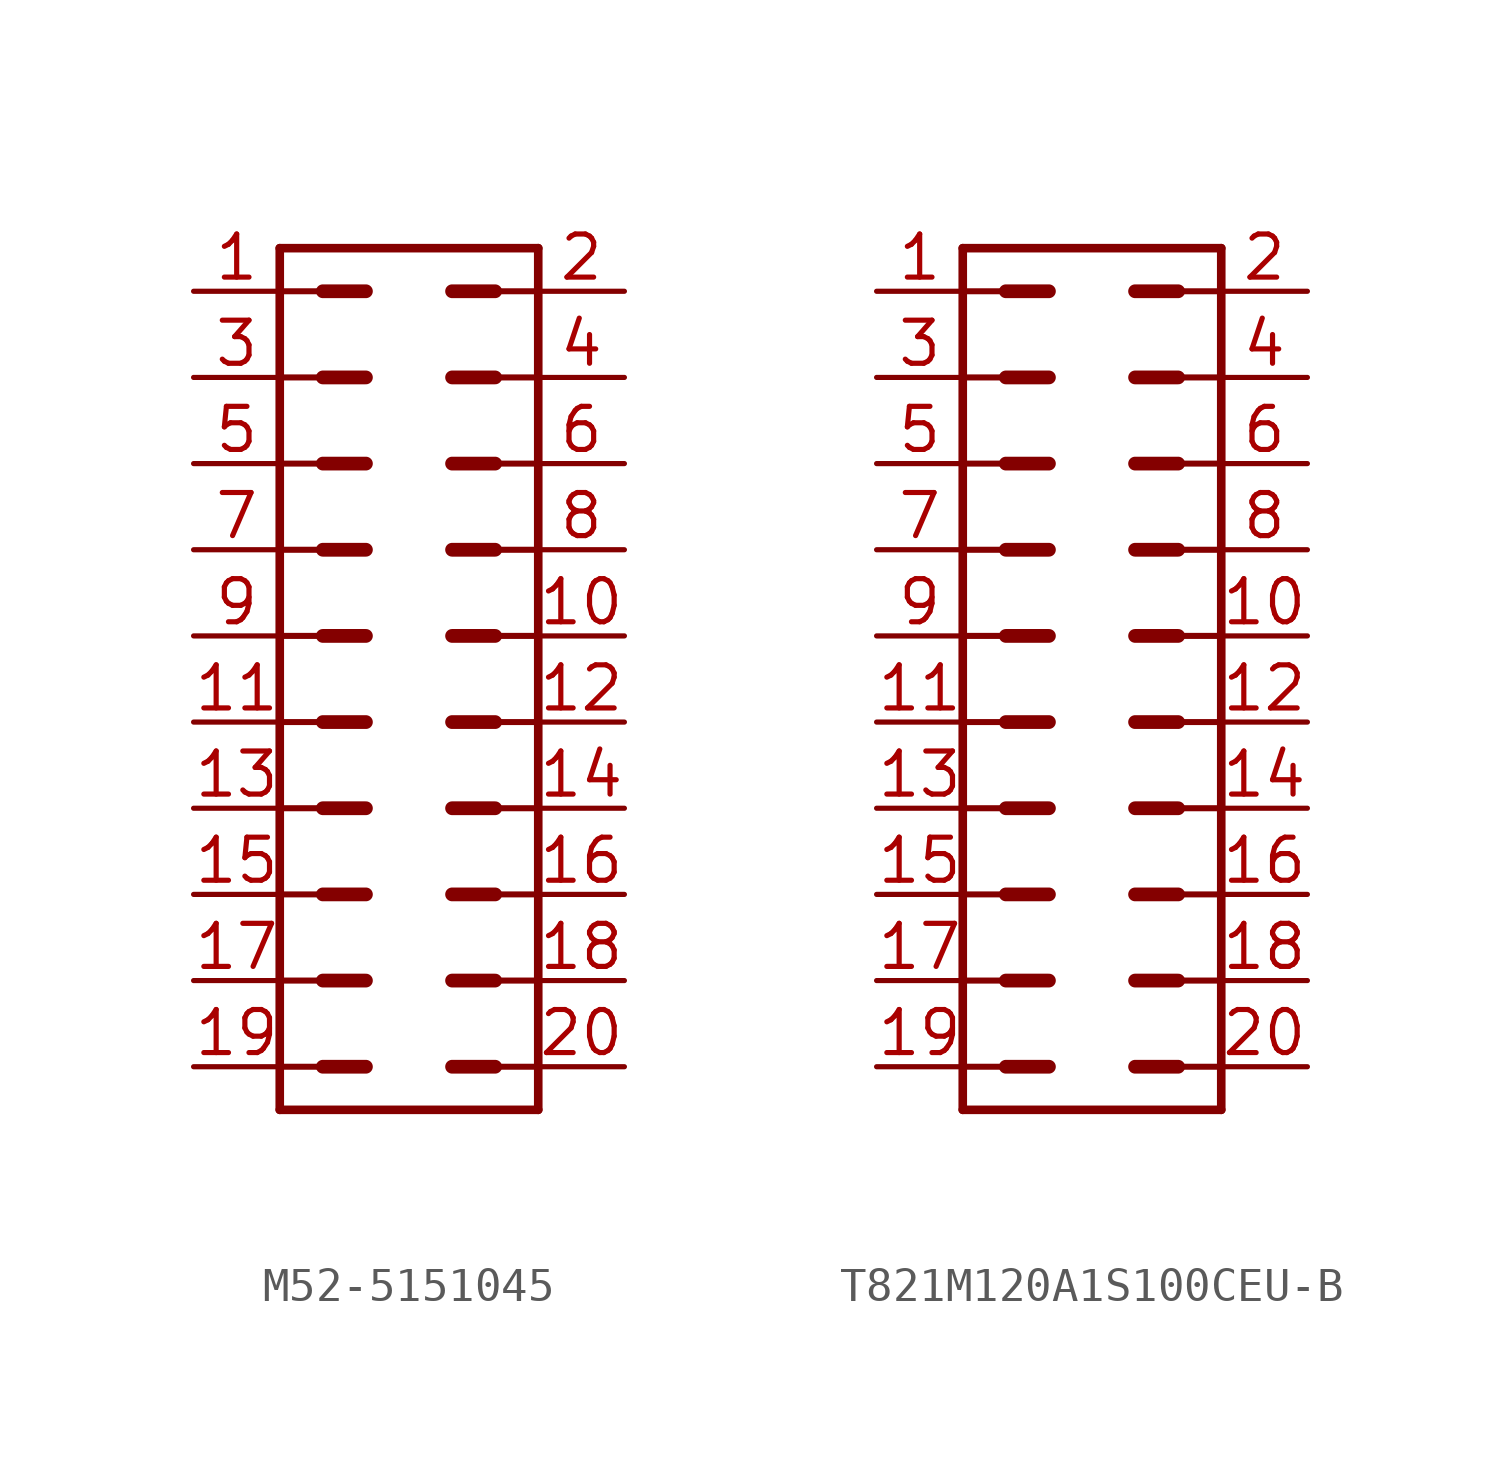
<source format=kicad_sym>
(kicad_symbol_lib
  (version 20220914)
  (generator kicad_symbol_editor)
  (symbol "M52-5151045"
    (property "Reference" ""
      (at 6.35 12.7 0)
      (effects (font (size 1.778 1.511)) hide))
    (property "Value" ""
      (at 6.35 -15.24 0)
      (effects (font (size 1.778 1.511))))
    (property "ki_locked" ""
      (at 0 0 0)
      (effects (font (size 1.27 1.27))))
    (symbol "M52-5151045_1_0"
      (polyline (pts (xy 2.54 -13.97) (xy 2.54 11.43)) (stroke (width 0.254) (type solid)) (fill (type none)))
      (polyline (pts (xy 2.54 -12.7) (xy 3.81 -12.7)) (stroke (width 0.178) (type solid)) (fill (type none)))
      (polyline (pts (xy 2.54 -10.16) (xy 3.81 -10.16)) (stroke (width 0.178) (type solid)) (fill (type none)))
      (polyline (pts (xy 2.54 -7.62) (xy 3.81 -7.62)) (stroke (width 0.178) (type solid)) (fill (type none)))
      (polyline (pts (xy 2.54 -5.08) (xy 3.81 -5.08)) (stroke (width 0.178) (type solid)) (fill (type none)))
      (polyline (pts (xy 2.54 -2.54) (xy 3.81 -2.54)) (stroke (width 0.178) (type solid)) (fill (type none)))
      (polyline (pts (xy 2.54 0) (xy 3.81 0)) (stroke (width 0.178) (type solid)) (fill (type none)))
      (polyline (pts (xy 2.54 2.54) (xy 3.81 2.54)) (stroke (width 0.178) (type solid)) (fill (type none)))
      (polyline (pts (xy 2.54 5.08) (xy 3.81 5.08)) (stroke (width 0.178) (type solid)) (fill (type none)))
      (polyline (pts (xy 2.54 7.62) (xy 3.81 7.62)) (stroke (width 0.178) (type solid)) (fill (type none)))
      (polyline (pts (xy 2.54 10.16) (xy 3.81 10.16)) (stroke (width 0.178) (type solid)) (fill (type none)))
      (polyline (pts (xy 2.54 11.43) (xy 10.16 11.43)) (stroke (width 0.254) (type solid)) (fill (type none)))
      (polyline (pts (xy 3.81 -12.7) (xy 5.08 -12.7)) (stroke (width 0.406) (type solid)) (fill (type none)))
      (polyline (pts (xy 3.81 -10.16) (xy 5.08 -10.16)) (stroke (width 0.406) (type solid)) (fill (type none)))
      (polyline (pts (xy 3.81 -7.62) (xy 5.08 -7.62)) (stroke (width 0.406) (type solid)) (fill (type none)))
      (polyline (pts (xy 3.81 -5.08) (xy 5.08 -5.08)) (stroke (width 0.406) (type solid)) (fill (type none)))
      (polyline (pts (xy 3.81 -2.54) (xy 5.08 -2.54)) (stroke (width 0.406) (type solid)) (fill (type none)))
      (polyline (pts (xy 3.81 0) (xy 5.08 0)) (stroke (width 0.406) (type solid)) (fill (type none)))
      (polyline (pts (xy 3.81 2.54) (xy 5.08 2.54)) (stroke (width 0.406) (type solid)) (fill (type none)))
      (polyline (pts (xy 3.81 5.08) (xy 5.08 5.08)) (stroke (width 0.406) (type solid)) (fill (type none)))
      (polyline (pts (xy 3.81 7.62) (xy 5.08 7.62)) (stroke (width 0.406) (type solid)) (fill (type none)))
      (polyline (pts (xy 3.81 10.16) (xy 5.08 10.16)) (stroke (width 0.406) (type solid)) (fill (type none)))
      (polyline (pts (xy 7.62 -12.7) (xy 8.89 -12.7)) (stroke (width 0.406) (type solid)) (fill (type none)))
      (polyline (pts (xy 7.62 -10.16) (xy 8.89 -10.16)) (stroke (width 0.406) (type solid)) (fill (type none)))
      (polyline (pts (xy 7.62 -7.62) (xy 8.89 -7.62)) (stroke (width 0.406) (type solid)) (fill (type none)))
      (polyline (pts (xy 7.62 -5.08) (xy 8.89 -5.08)) (stroke (width 0.406) (type solid)) (fill (type none)))
      (polyline (pts (xy 7.62 -2.54) (xy 8.89 -2.54)) (stroke (width 0.406) (type solid)) (fill (type none)))
      (polyline (pts (xy 7.62 0) (xy 8.89 0)) (stroke (width 0.406) (type solid)) (fill (type none)))
      (polyline (pts (xy 7.62 2.54) (xy 8.89 2.54)) (stroke (width 0.406) (type solid)) (fill (type none)))
      (polyline (pts (xy 7.62 5.08) (xy 8.89 5.08)) (stroke (width 0.406) (type solid)) (fill (type none)))
      (polyline (pts (xy 7.62 7.62) (xy 8.89 7.62)) (stroke (width 0.406) (type solid)) (fill (type none)))
      (polyline (pts (xy 7.62 10.16) (xy 8.89 10.16)) (stroke (width 0.406) (type solid)) (fill (type none)))
      (polyline (pts (xy 8.89 -12.7) (xy 10.16 -12.7)) (stroke (width 0.178) (type solid)) (fill (type none)))
      (polyline (pts (xy 8.89 -10.16) (xy 10.16 -10.16)) (stroke (width 0.178) (type solid)) (fill (type none)))
      (polyline (pts (xy 8.89 -7.62) (xy 10.16 -7.62)) (stroke (width 0.178) (type solid)) (fill (type none)))
      (polyline (pts (xy 8.89 -5.08) (xy 10.16 -5.08)) (stroke (width 0.178) (type solid)) (fill (type none)))
      (polyline (pts (xy 8.89 -2.54) (xy 10.16 -2.54)) (stroke (width 0.178) (type solid)) (fill (type none)))
      (polyline (pts (xy 8.89 0) (xy 10.16 0)) (stroke (width 0.178) (type solid)) (fill (type none)))
      (polyline (pts (xy 8.89 2.54) (xy 10.16 2.54)) (stroke (width 0.178) (type solid)) (fill (type none)))
      (polyline (pts (xy 8.89 5.08) (xy 10.16 5.08)) (stroke (width 0.178) (type solid)) (fill (type none)))
      (polyline (pts (xy 8.89 7.62) (xy 10.16 7.62)) (stroke (width 0.178) (type solid)) (fill (type none)))
      (polyline (pts (xy 8.89 10.16) (xy 10.16 10.16)) (stroke (width 0.178) (type solid)) (fill (type none)))
      (polyline (pts (xy 10.16 -13.97) (xy 2.54 -13.97)) (stroke (width 0.254) (type solid)) (fill (type none)))
      (polyline (pts (xy 10.16 11.43) (xy 10.16 -13.97)) (stroke (width 0.254) (type solid)) (fill (type none)))
      (pin bidirectional line (at 0 10.16 0) (length 2.54) (name "1" (effects (font (size 0 0)))) (number "1" (effects (font (size 1.27 1.27)))))
      (pin bidirectional line (at 12.7 0 180) (length 2.54) (name "10" (effects (font (size 0 0)))) (number "10" (effects (font (size 1.27 1.27)))))
      (pin bidirectional line (at 0 -2.54 0) (length 2.54) (name "11" (effects (font (size 0 0)))) (number "11" (effects (font (size 1.27 1.27)))))
      (pin bidirectional line (at 12.7 -2.54 180) (length 2.54) (name "12" (effects (font (size 0 0)))) (number "12" (effects (font (size 1.27 1.27)))))
      (pin bidirectional line (at 0 -5.08 0) (length 2.54) (name "13" (effects (font (size 0 0)))) (number "13" (effects (font (size 1.27 1.27)))))
      (pin bidirectional line (at 12.7 -5.08 180) (length 2.54) (name "14" (effects (font (size 0 0)))) (number "14" (effects (font (size 1.27 1.27)))))
      (pin bidirectional line (at 0 -7.62 0) (length 2.54) (name "15" (effects (font (size 0 0)))) (number "15" (effects (font (size 1.27 1.27)))))
      (pin bidirectional line (at 12.7 -7.62 180) (length 2.54) (name "16" (effects (font (size 0 0)))) (number "16" (effects (font (size 1.27 1.27)))))
      (pin bidirectional line (at 0 -10.16 0) (length 2.54) (name "17" (effects (font (size 0 0)))) (number "17" (effects (font (size 1.27 1.27)))))
      (pin bidirectional line (at 12.7 -10.16 180) (length 2.54) (name "18" (effects (font (size 0 0)))) (number "18" (effects (font (size 1.27 1.27)))))
      (pin bidirectional line (at 0 -12.7 0) (length 2.54) (name "19" (effects (font (size 0 0)))) (number "19" (effects (font (size 1.27 1.27)))))
      (pin bidirectional line (at 12.7 10.16 180) (length 2.54) (name "2" (effects (font (size 0 0)))) (number "2" (effects (font (size 1.27 1.27)))))
      (pin bidirectional line (at 12.7 -12.7 180) (length 2.54) (name "20" (effects (font (size 0 0)))) (number "20" (effects (font (size 1.27 1.27)))))
      (pin bidirectional line (at 0 7.62 0) (length 2.54) (name "3" (effects (font (size 0 0)))) (number "3" (effects (font (size 1.27 1.27)))))
      (pin bidirectional line (at 12.7 7.62 180) (length 2.54) (name "4" (effects (font (size 0 0)))) (number "4" (effects (font (size 1.27 1.27)))))
      (pin bidirectional line (at 0 5.08 0) (length 2.54) (name "5" (effects (font (size 0 0)))) (number "5" (effects (font (size 1.27 1.27)))))
      (pin bidirectional line (at 12.7 5.08 180) (length 2.54) (name "6" (effects (font (size 0 0)))) (number "6" (effects (font (size 1.27 1.27)))))
      (pin bidirectional line (at 0 2.54 0) (length 2.54) (name "7" (effects (font (size 0 0)))) (number "7" (effects (font (size 1.27 1.27)))))
      (pin bidirectional line (at 12.7 2.54 180) (length 2.54) (name "8" (effects (font (size 0 0)))) (number "8" (effects (font (size 1.27 1.27)))))
      (pin bidirectional line (at 0 0 0) (length 2.54) (name "9" (effects (font (size 0 0)))) (number "9" (effects (font (size 1.27 1.27)))))))
  (symbol "T821M120A1S100CEU-B"
    (property "Reference" ""
      (at 6.35 12.7 0)
      (effects (font (size 1.778 1.511)) hide))
    (property "Value" ""
      (at 6.35 -15.24 0)
      (effects (font (size 1.778 1.511))))
    (property "ki_locked" ""
      (at 0 0 0)
      (effects (font (size 1.27 1.27))))
    (symbol "T821M120A1S100CEU-B_1_0"
      (polyline (pts (xy 2.54 -13.97) (xy 2.54 11.43)) (stroke (width 0.254) (type solid)) (fill (type none)))
      (polyline (pts (xy 2.54 -12.7) (xy 3.81 -12.7)) (stroke (width 0.178) (type solid)) (fill (type none)))
      (polyline (pts (xy 2.54 -10.16) (xy 3.81 -10.16)) (stroke (width 0.178) (type solid)) (fill (type none)))
      (polyline (pts (xy 2.54 -7.62) (xy 3.81 -7.62)) (stroke (width 0.178) (type solid)) (fill (type none)))
      (polyline (pts (xy 2.54 -5.08) (xy 3.81 -5.08)) (stroke (width 0.178) (type solid)) (fill (type none)))
      (polyline (pts (xy 2.54 -2.54) (xy 3.81 -2.54)) (stroke (width 0.178) (type solid)) (fill (type none)))
      (polyline (pts (xy 2.54 0) (xy 3.81 0)) (stroke (width 0.178) (type solid)) (fill (type none)))
      (polyline (pts (xy 2.54 2.54) (xy 3.81 2.54)) (stroke (width 0.178) (type solid)) (fill (type none)))
      (polyline (pts (xy 2.54 5.08) (xy 3.81 5.08)) (stroke (width 0.178) (type solid)) (fill (type none)))
      (polyline (pts (xy 2.54 7.62) (xy 3.81 7.62)) (stroke (width 0.178) (type solid)) (fill (type none)))
      (polyline (pts (xy 2.54 10.16) (xy 3.81 10.16)) (stroke (width 0.178) (type solid)) (fill (type none)))
      (polyline (pts (xy 2.54 11.43) (xy 10.16 11.43)) (stroke (width 0.254) (type solid)) (fill (type none)))
      (polyline (pts (xy 3.81 -12.7) (xy 5.08 -12.7)) (stroke (width 0.406) (type solid)) (fill (type none)))
      (polyline (pts (xy 3.81 -10.16) (xy 5.08 -10.16)) (stroke (width 0.406) (type solid)) (fill (type none)))
      (polyline (pts (xy 3.81 -7.62) (xy 5.08 -7.62)) (stroke (width 0.406) (type solid)) (fill (type none)))
      (polyline (pts (xy 3.81 -5.08) (xy 5.08 -5.08)) (stroke (width 0.406) (type solid)) (fill (type none)))
      (polyline (pts (xy 3.81 -2.54) (xy 5.08 -2.54)) (stroke (width 0.406) (type solid)) (fill (type none)))
      (polyline (pts (xy 3.81 0) (xy 5.08 0)) (stroke (width 0.406) (type solid)) (fill (type none)))
      (polyline (pts (xy 3.81 2.54) (xy 5.08 2.54)) (stroke (width 0.406) (type solid)) (fill (type none)))
      (polyline (pts (xy 3.81 5.08) (xy 5.08 5.08)) (stroke (width 0.406) (type solid)) (fill (type none)))
      (polyline (pts (xy 3.81 7.62) (xy 5.08 7.62)) (stroke (width 0.406) (type solid)) (fill (type none)))
      (polyline (pts (xy 3.81 10.16) (xy 5.08 10.16)) (stroke (width 0.406) (type solid)) (fill (type none)))
      (polyline (pts (xy 7.62 -12.7) (xy 8.89 -12.7)) (stroke (width 0.406) (type solid)) (fill (type none)))
      (polyline (pts (xy 7.62 -10.16) (xy 8.89 -10.16)) (stroke (width 0.406) (type solid)) (fill (type none)))
      (polyline (pts (xy 7.62 -7.62) (xy 8.89 -7.62)) (stroke (width 0.406) (type solid)) (fill (type none)))
      (polyline (pts (xy 7.62 -5.08) (xy 8.89 -5.08)) (stroke (width 0.406) (type solid)) (fill (type none)))
      (polyline (pts (xy 7.62 -2.54) (xy 8.89 -2.54)) (stroke (width 0.406) (type solid)) (fill (type none)))
      (polyline (pts (xy 7.62 0) (xy 8.89 0)) (stroke (width 0.406) (type solid)) (fill (type none)))
      (polyline (pts (xy 7.62 2.54) (xy 8.89 2.54)) (stroke (width 0.406) (type solid)) (fill (type none)))
      (polyline (pts (xy 7.62 5.08) (xy 8.89 5.08)) (stroke (width 0.406) (type solid)) (fill (type none)))
      (polyline (pts (xy 7.62 7.62) (xy 8.89 7.62)) (stroke (width 0.406) (type solid)) (fill (type none)))
      (polyline (pts (xy 7.62 10.16) (xy 8.89 10.16)) (stroke (width 0.406) (type solid)) (fill (type none)))
      (polyline (pts (xy 8.89 -12.7) (xy 10.16 -12.7)) (stroke (width 0.178) (type solid)) (fill (type none)))
      (polyline (pts (xy 8.89 -10.16) (xy 10.16 -10.16)) (stroke (width 0.178) (type solid)) (fill (type none)))
      (polyline (pts (xy 8.89 -7.62) (xy 10.16 -7.62)) (stroke (width 0.178) (type solid)) (fill (type none)))
      (polyline (pts (xy 8.89 -5.08) (xy 10.16 -5.08)) (stroke (width 0.178) (type solid)) (fill (type none)))
      (polyline (pts (xy 8.89 -2.54) (xy 10.16 -2.54)) (stroke (width 0.178) (type solid)) (fill (type none)))
      (polyline (pts (xy 8.89 0) (xy 10.16 0)) (stroke (width 0.178) (type solid)) (fill (type none)))
      (polyline (pts (xy 8.89 2.54) (xy 10.16 2.54)) (stroke (width 0.178) (type solid)) (fill (type none)))
      (polyline (pts (xy 8.89 5.08) (xy 10.16 5.08)) (stroke (width 0.178) (type solid)) (fill (type none)))
      (polyline (pts (xy 8.89 7.62) (xy 10.16 7.62)) (stroke (width 0.178) (type solid)) (fill (type none)))
      (polyline (pts (xy 8.89 10.16) (xy 10.16 10.16)) (stroke (width 0.178) (type solid)) (fill (type none)))
      (polyline (pts (xy 10.16 -13.97) (xy 2.54 -13.97)) (stroke (width 0.254) (type solid)) (fill (type none)))
      (polyline (pts (xy 10.16 11.43) (xy 10.16 -13.97)) (stroke (width 0.254) (type solid)) (fill (type none)))
      (pin bidirectional line (at 0 10.16 0) (length 2.54) (name "1" (effects (font (size 0 0)))) (number "1" (effects (font (size 1.27 1.27)))))
      (pin bidirectional line (at 12.7 0 180) (length 2.54) (name "10" (effects (font (size 0 0)))) (number "10" (effects (font (size 1.27 1.27)))))
      (pin bidirectional line (at 0 -2.54 0) (length 2.54) (name "11" (effects (font (size 0 0)))) (number "11" (effects (font (size 1.27 1.27)))))
      (pin bidirectional line (at 12.7 -2.54 180) (length 2.54) (name "12" (effects (font (size 0 0)))) (number "12" (effects (font (size 1.27 1.27)))))
      (pin bidirectional line (at 0 -5.08 0) (length 2.54) (name "13" (effects (font (size 0 0)))) (number "13" (effects (font (size 1.27 1.27)))))
      (pin bidirectional line (at 12.7 -5.08 180) (length 2.54) (name "14" (effects (font (size 0 0)))) (number "14" (effects (font (size 1.27 1.27)))))
      (pin bidirectional line (at 0 -7.62 0) (length 2.54) (name "15" (effects (font (size 0 0)))) (number "15" (effects (font (size 1.27 1.27)))))
      (pin bidirectional line (at 12.7 -7.62 180) (length 2.54) (name "16" (effects (font (size 0 0)))) (number "16" (effects (font (size 1.27 1.27)))))
      (pin bidirectional line (at 0 -10.16 0) (length 2.54) (name "17" (effects (font (size 0 0)))) (number "17" (effects (font (size 1.27 1.27)))))
      (pin bidirectional line (at 12.7 -10.16 180) (length 2.54) (name "18" (effects (font (size 0 0)))) (number "18" (effects (font (size 1.27 1.27)))))
      (pin bidirectional line (at 0 -12.7 0) (length 2.54) (name "19" (effects (font (size 0 0)))) (number "19" (effects (font (size 1.27 1.27)))))
      (pin bidirectional line (at 12.7 10.16 180) (length 2.54) (name "2" (effects (font (size 0 0)))) (number "2" (effects (font (size 1.27 1.27)))))
      (pin bidirectional line (at 12.7 -12.7 180) (length 2.54) (name "20" (effects (font (size 0 0)))) (number "20" (effects (font (size 1.27 1.27)))))
      (pin bidirectional line (at 0 7.62 0) (length 2.54) (name "3" (effects (font (size 0 0)))) (number "3" (effects (font (size 1.27 1.27)))))
      (pin bidirectional line (at 12.7 7.62 180) (length 2.54) (name "4" (effects (font (size 0 0)))) (number "4" (effects (font (size 1.27 1.27)))))
      (pin bidirectional line (at 0 5.08 0) (length 2.54) (name "5" (effects (font (size 0 0)))) (number "5" (effects (font (size 1.27 1.27)))))
      (pin bidirectional line (at 12.7 5.08 180) (length 2.54) (name "6" (effects (font (size 0 0)))) (number "6" (effects (font (size 1.27 1.27)))))
      (pin bidirectional line (at 0 2.54 0) (length 2.54) (name "7" (effects (font (size 0 0)))) (number "7" (effects (font (size 1.27 1.27)))))
      (pin bidirectional line (at 12.7 2.54 180) (length 2.54) (name "8" (effects (font (size 0 0)))) (number "8" (effects (font (size 1.27 1.27)))))
      (pin bidirectional line (at 0 0 0) (length 2.54) (name "9" (effects (font (size 0 0)))) (number "9" (effects (font (size 1.27 1.27))))))))
</source>
